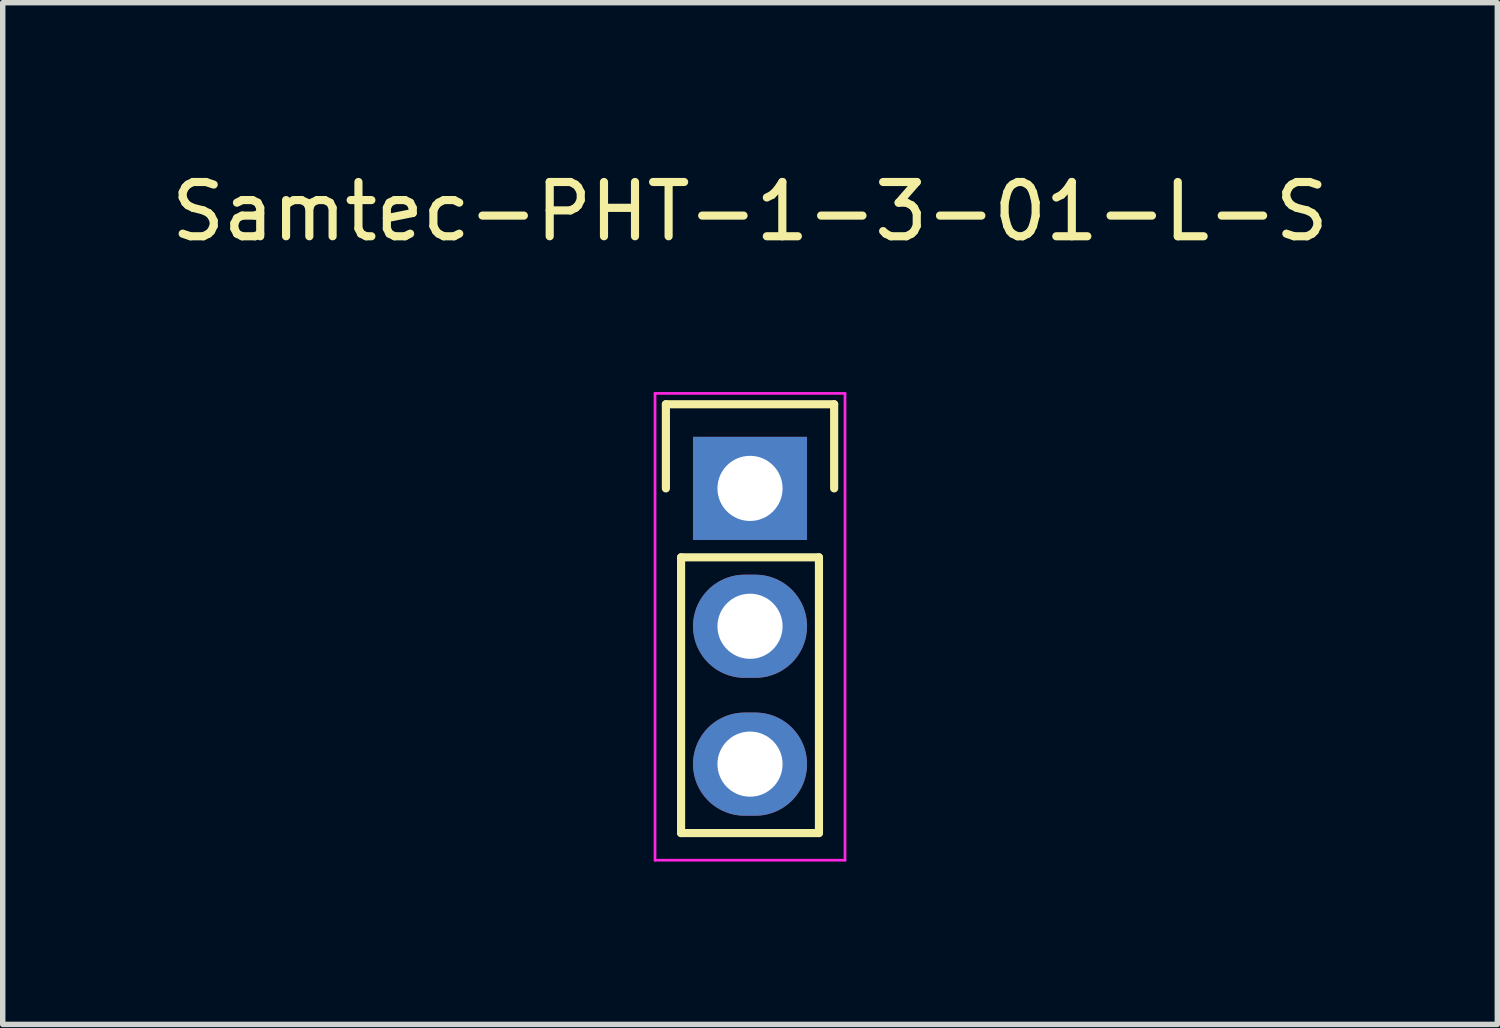
<source format=kicad_pcb>
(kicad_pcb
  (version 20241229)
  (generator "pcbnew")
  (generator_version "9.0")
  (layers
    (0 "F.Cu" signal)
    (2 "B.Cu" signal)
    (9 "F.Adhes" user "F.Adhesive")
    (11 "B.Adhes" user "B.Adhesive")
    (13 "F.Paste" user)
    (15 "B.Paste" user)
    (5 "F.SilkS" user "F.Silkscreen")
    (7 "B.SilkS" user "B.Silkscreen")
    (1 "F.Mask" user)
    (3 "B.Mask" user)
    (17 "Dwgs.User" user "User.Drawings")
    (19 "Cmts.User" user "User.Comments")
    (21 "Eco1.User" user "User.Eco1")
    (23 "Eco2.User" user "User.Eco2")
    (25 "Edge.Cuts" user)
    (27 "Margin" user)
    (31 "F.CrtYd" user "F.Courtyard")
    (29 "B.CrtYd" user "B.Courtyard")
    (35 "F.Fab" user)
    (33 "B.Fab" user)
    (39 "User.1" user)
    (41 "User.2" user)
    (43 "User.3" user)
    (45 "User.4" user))
  (footprint "Samtec-PHT-1-3-01-L-S"
    (layer "F.Cu")
    (at 10.768 5.948)
    (property "Reference" "Samtec-PHT-1-3-01-L-S" (at 0 -5.1 0) (layer "F.SilkS") (effects (font (size 1 1) (thickness 0.15))))
    (attr through_hole)
    (fp_line (start -1.55 -1.55) (end 1.55 -1.55) (stroke (width 0.15) (type solid)) (layer "F.SilkS"))
    (fp_line (start -1.55 0) (end -1.55 -1.55) (stroke (width 0.15) (type solid)) (layer "F.SilkS"))
    (fp_line (start -1.27 1.27) (end -1.27 6.35) (stroke (width 0.15) (type solid)) (layer "F.SilkS"))
    (fp_line (start -1.27 6.35) (end 1.27 6.35) (stroke (width 0.15) (type solid)) (layer "F.SilkS"))
    (fp_line (start 1.27 1.27) (end -1.27 1.27) (stroke (width 0.15) (type solid)) (layer "F.SilkS"))
    (fp_line (start 1.27 6.35) (end 1.27 1.27) (stroke (width 0.15) (type solid)) (layer "F.SilkS"))
    (fp_line (start 1.55 -1.55) (end 1.55 0) (stroke (width 0.15) (type solid)) (layer "F.SilkS"))
    (fp_line (start -1.75 -1.75) (end -1.75 6.85) (stroke (width 0.05) (type solid)) (layer "F.CrtYd"))
    (fp_line (start -1.75 -1.75) (end 1.75 -1.75) (stroke (width 0.05) (type solid)) (layer "F.CrtYd"))
    (fp_line (start -1.75 6.85) (end 1.75 6.85) (stroke (width 0.05) (type solid)) (layer "F.CrtYd"))
    (fp_line (start 1.75 -1.75) (end 1.75 6.85) (stroke (width 0.05) (type solid)) (layer "F.CrtYd"))
    (pad "1" thru_hole rect (at 0 0) (size 2.1 1.9) (drill 1.2) (layers "*.Cu" "*.Mask"))
    (pad "2" thru_hole oval (at 0 2.54) (size 2.1 1.9) (drill 1.2) (layers "*.Cu" "*.Mask"))
    (pad "3" thru_hole oval (at 0 5.08) (size 2.1 1.9) (drill 1.2) (layers "*.Cu" "*.Mask")))
  (gr_rect
    (start -3 -3)
    (end 24.536 15.823)
    (stroke (width 0.1) (type default))
    (fill no)
    (layer "Edge.Cuts")))
</source>
